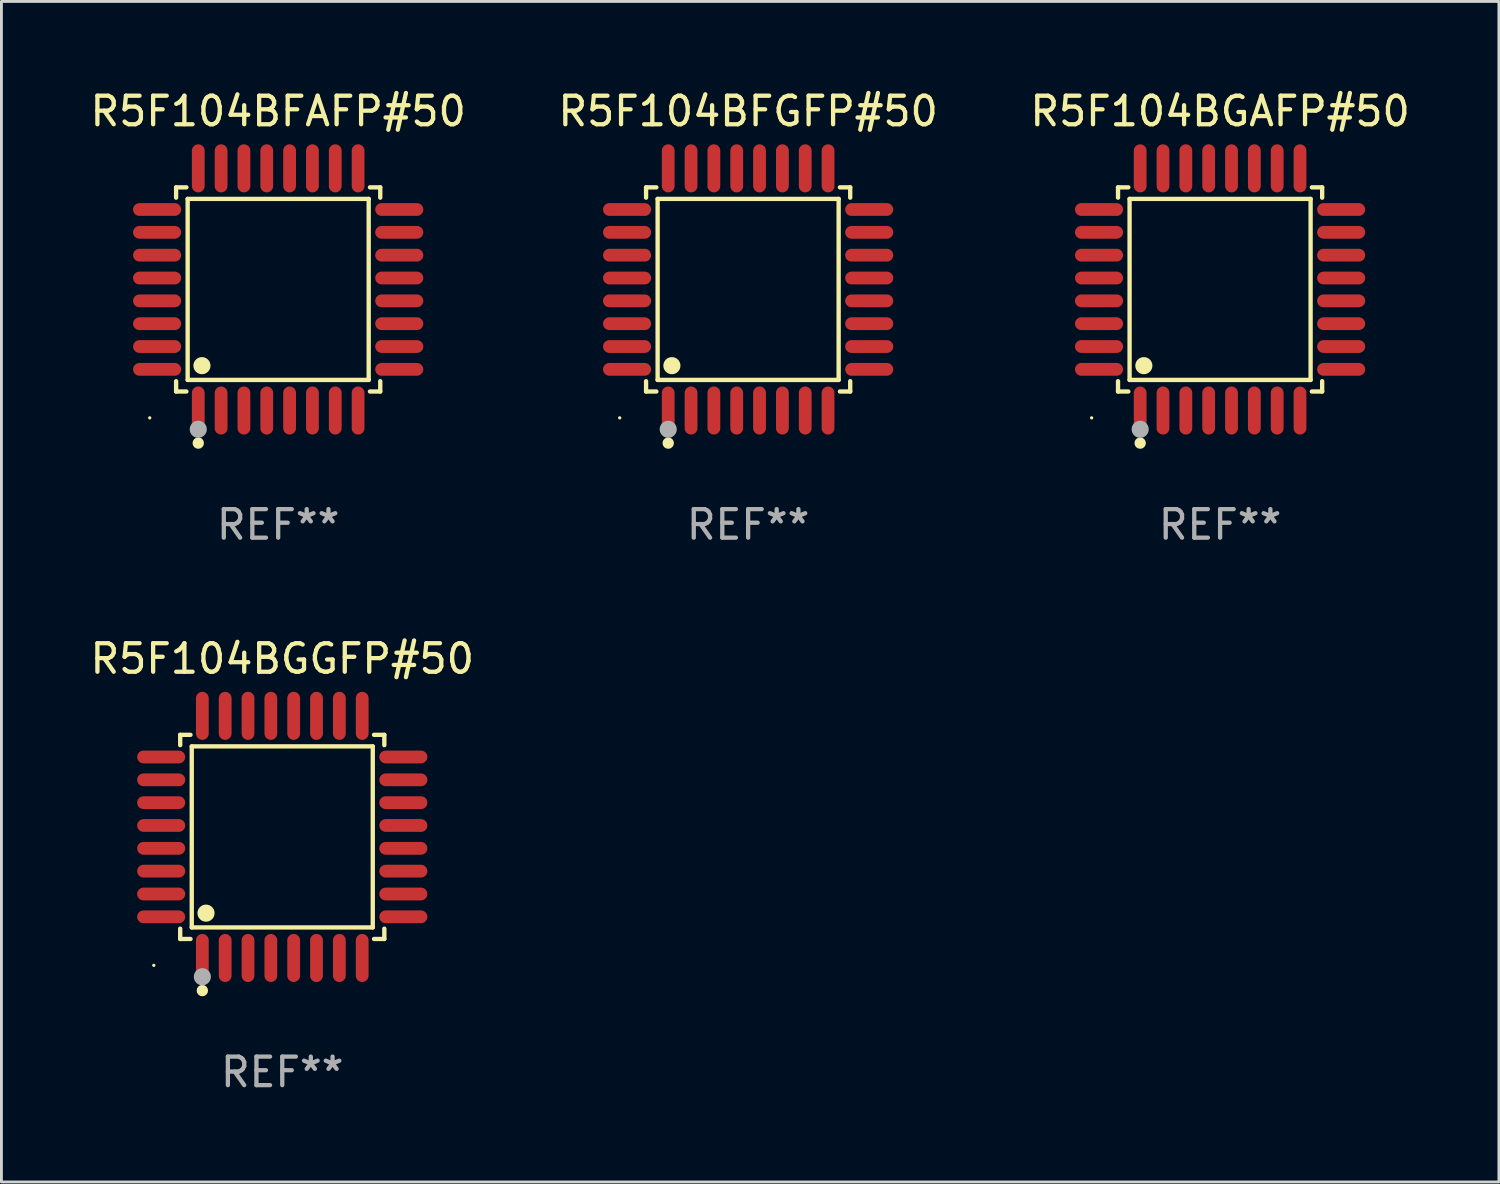
<source format=kicad_pcb>
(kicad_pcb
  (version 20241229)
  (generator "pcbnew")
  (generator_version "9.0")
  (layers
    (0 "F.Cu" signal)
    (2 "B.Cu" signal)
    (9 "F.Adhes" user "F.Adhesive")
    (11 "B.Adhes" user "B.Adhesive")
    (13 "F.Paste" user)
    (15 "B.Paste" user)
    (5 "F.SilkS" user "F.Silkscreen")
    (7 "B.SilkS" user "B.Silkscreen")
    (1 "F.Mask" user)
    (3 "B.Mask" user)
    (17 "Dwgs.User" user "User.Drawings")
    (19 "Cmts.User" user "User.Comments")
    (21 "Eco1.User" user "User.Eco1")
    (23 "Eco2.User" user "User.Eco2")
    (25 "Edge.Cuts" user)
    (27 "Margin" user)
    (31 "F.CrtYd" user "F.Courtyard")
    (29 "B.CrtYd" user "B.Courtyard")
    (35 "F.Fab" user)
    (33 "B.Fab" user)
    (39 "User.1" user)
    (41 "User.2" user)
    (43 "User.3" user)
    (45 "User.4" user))
  (footprint "R5F104BGGFP#50"
    (layer "F.Cu")
    (at 6.839 26.271)
    (property "Reference" "R5F104BGGFP#50" (at 0 -6.242 0) (layer "F.SilkS") (effects (font (size 1 1) (thickness 0.15))))
    (attr through_hole)
    (fp_line (start -3.576 -3.576) (end -3.215 -3.576) (stroke (width 0.152) (type solid)) (layer "F.SilkS"))
    (fp_line (start -3.576 -3.215) (end -3.576 -3.576) (stroke (width 0.152) (type solid)) (layer "F.SilkS"))
    (fp_line (start -3.576 3.215) (end -3.576 3.576) (stroke (width 0.152) (type solid)) (layer "F.SilkS"))
    (fp_line (start -3.576 3.576) (end -3.215 3.576) (stroke (width 0.152) (type solid)) (layer "F.SilkS"))
    (fp_line (start -3.171 -3.171) (end 3.171 -3.171) (stroke (width 0.152) (type solid)) (layer "F.SilkS"))
    (fp_line (start -3.171 3.171) (end -3.171 -3.171) (stroke (width 0.152) (type solid)) (layer "F.SilkS"))
    (fp_line (start 3.171 -3.171) (end 3.171 3.171) (stroke (width 0.152) (type solid)) (layer "F.SilkS"))
    (fp_line (start 3.171 3.171) (end -3.171 3.171) (stroke (width 0.152) (type solid)) (layer "F.SilkS"))
    (fp_line (start 3.576 -3.576) (end 3.215 -3.576) (stroke (width 0.152) (type solid)) (layer "F.SilkS"))
    (fp_line (start 3.576 -3.215) (end 3.576 -3.576) (stroke (width 0.152) (type solid)) (layer "F.SilkS"))
    (fp_line (start 3.576 3.215) (end 3.576 3.576) (stroke (width 0.152) (type solid)) (layer "F.SilkS"))
    (fp_line (start 3.576 3.576) (end 3.215 3.576) (stroke (width 0.152) (type solid)) (layer "F.SilkS"))
    (fp_circle (center -4.5 4.5) (end -4.47 4.5) (stroke (width 0.06) (type solid)) (fill no) (layer "F.SilkS"))
    (fp_circle (center -2.8 5.384) (end -2.7 5.384) (stroke (width 0.2) (type solid)) (fill no) (layer "F.SilkS"))
    (fp_circle (center -2.671 2.671) (end -2.521 2.671) (stroke (width 0.3) (type solid)) (fill no) (layer "F.SilkS"))
    (fp_circle (center -2.8 4.9) (end -2.65 4.9) (stroke (width 0.3) (type solid)) (fill no) (layer "F.Fab"))
    (fp_text user "REF**" (at 0 8.242 0) (layer "F.Fab") (effects (font (size 1 1) (thickness 0.15))))
    (pad "1" smd oval (at -2.8 4.242) (size 0.448 1.684) (layers "F.Cu" "F.Mask" "F.Paste"))
    (pad "2" smd oval (at -2 4.242) (size 0.448 1.684) (layers "F.Cu" "F.Mask" "F.Paste"))
    (pad "3" smd oval (at -1.2 4.242) (size 0.448 1.684) (layers "F.Cu" "F.Mask" "F.Paste"))
    (pad "4" smd oval (at -0.4 4.242) (size 0.448 1.684) (layers "F.Cu" "F.Mask" "F.Paste"))
    (pad "5" smd oval (at 0.4 4.242) (size 0.448 1.684) (layers "F.Cu" "F.Mask" "F.Paste"))
    (pad "6" smd oval (at 1.2 4.242) (size 0.448 1.684) (layers "F.Cu" "F.Mask" "F.Paste"))
    (pad "7" smd oval (at 2 4.242) (size 0.448 1.684) (layers "F.Cu" "F.Mask" "F.Paste"))
    (pad "8" smd oval (at 2.8 4.242) (size 0.448 1.684) (layers "F.Cu" "F.Mask" "F.Paste"))
    (pad "9" smd oval (at 4.242 2.8) (size 1.684 0.448) (layers "F.Cu" "F.Mask" "F.Paste"))
    (pad "10" smd oval (at 4.242 2) (size 1.684 0.448) (layers "F.Cu" "F.Mask" "F.Paste"))
    (pad "11" smd oval (at 4.242 1.2) (size 1.684 0.448) (layers "F.Cu" "F.Mask" "F.Paste"))
    (pad "12" smd oval (at 4.242 0.4) (size 1.684 0.448) (layers "F.Cu" "F.Mask" "F.Paste"))
    (pad "13" smd oval (at 4.242 -0.4) (size 1.684 0.448) (layers "F.Cu" "F.Mask" "F.Paste"))
    (pad "14" smd oval (at 4.242 -1.2) (size 1.684 0.448) (layers "F.Cu" "F.Mask" "F.Paste"))
    (pad "15" smd oval (at 4.242 -2) (size 1.684 0.448) (layers "F.Cu" "F.Mask" "F.Paste"))
    (pad "16" smd oval (at 4.242 -2.8) (size 1.684 0.448) (layers "F.Cu" "F.Mask" "F.Paste"))
    (pad "17" smd oval (at 2.8 -4.242) (size 0.448 1.684) (layers "F.Cu" "F.Mask" "F.Paste"))
    (pad "18" smd oval (at 2 -4.242) (size 0.448 1.684) (layers "F.Cu" "F.Mask" "F.Paste"))
    (pad "19" smd oval (at 1.2 -4.242) (size 0.448 1.684) (layers "F.Cu" "F.Mask" "F.Paste"))
    (pad "20" smd oval (at 0.4 -4.242) (size 0.448 1.684) (layers "F.Cu" "F.Mask" "F.Paste"))
    (pad "21" smd oval (at -0.4 -4.242) (size 0.448 1.684) (layers "F.Cu" "F.Mask" "F.Paste"))
    (pad "22" smd oval (at -1.2 -4.242) (size 0.448 1.684) (layers "F.Cu" "F.Mask" "F.Paste"))
    (pad "23" smd oval (at -2 -4.242) (size 0.448 1.684) (layers "F.Cu" "F.Mask" "F.Paste"))
    (pad "24" smd oval (at -2.8 -4.242) (size 0.448 1.684) (layers "F.Cu" "F.Mask" "F.Paste"))
    (pad "25" smd oval (at -4.242 -2.8) (size 1.684 0.448) (layers "F.Cu" "F.Mask" "F.Paste"))
    (pad "26" smd oval (at -4.242 -2) (size 1.684 0.448) (layers "F.Cu" "F.Mask" "F.Paste"))
    (pad "27" smd oval (at -4.242 -1.2) (size 1.684 0.448) (layers "F.Cu" "F.Mask" "F.Paste"))
    (pad "28" smd oval (at -4.242 -0.4) (size 1.684 0.448) (layers "F.Cu" "F.Mask" "F.Paste"))
    (pad "29" smd oval (at -4.242 0.4) (size 1.684 0.448) (layers "F.Cu" "F.Mask" "F.Paste"))
    (pad "30" smd oval (at -4.242 1.2) (size 1.684 0.448) (layers "F.Cu" "F.Mask" "F.Paste"))
    (pad "31" smd oval (at -4.242 2) (size 1.684 0.448) (layers "F.Cu" "F.Mask" "F.Paste"))
    (pad "32" smd oval (at -4.242 2.8) (size 1.684 0.448) (layers "F.Cu" "F.Mask" "F.Paste")))
  (footprint "R5F104BFAFP#50"
    (layer "F.Cu")
    (at 6.696 7.09)
    (property "Reference" "R5F104BFAFP#50" (at 0 -6.242 0) (layer "F.SilkS") (effects (font (size 1 1) (thickness 0.15))))
    (attr through_hole)
    (fp_line (start -3.576 -3.576) (end -3.215 -3.576) (stroke (width 0.152) (type solid)) (layer "F.SilkS"))
    (fp_line (start -3.576 -3.215) (end -3.576 -3.576) (stroke (width 0.152) (type solid)) (layer "F.SilkS"))
    (fp_line (start -3.576 3.215) (end -3.576 3.576) (stroke (width 0.152) (type solid)) (layer "F.SilkS"))
    (fp_line (start -3.576 3.576) (end -3.215 3.576) (stroke (width 0.152) (type solid)) (layer "F.SilkS"))
    (fp_line (start -3.171 -3.171) (end 3.171 -3.171) (stroke (width 0.152) (type solid)) (layer "F.SilkS"))
    (fp_line (start -3.171 3.171) (end -3.171 -3.171) (stroke (width 0.152) (type solid)) (layer "F.SilkS"))
    (fp_line (start 3.171 -3.171) (end 3.171 3.171) (stroke (width 0.152) (type solid)) (layer "F.SilkS"))
    (fp_line (start 3.171 3.171) (end -3.171 3.171) (stroke (width 0.152) (type solid)) (layer "F.SilkS"))
    (fp_line (start 3.576 -3.576) (end 3.215 -3.576) (stroke (width 0.152) (type solid)) (layer "F.SilkS"))
    (fp_line (start 3.576 -3.215) (end 3.576 -3.576) (stroke (width 0.152) (type solid)) (layer "F.SilkS"))
    (fp_line (start 3.576 3.215) (end 3.576 3.576) (stroke (width 0.152) (type solid)) (layer "F.SilkS"))
    (fp_line (start 3.576 3.576) (end 3.215 3.576) (stroke (width 0.152) (type solid)) (layer "F.SilkS"))
    (fp_circle (center -4.5 4.5) (end -4.47 4.5) (stroke (width 0.06) (type solid)) (fill no) (layer "F.SilkS"))
    (fp_circle (center -2.8 5.384) (end -2.7 5.384) (stroke (width 0.2) (type solid)) (fill no) (layer "F.SilkS"))
    (fp_circle (center -2.671 2.671) (end -2.521 2.671) (stroke (width 0.3) (type solid)) (fill no) (layer "F.SilkS"))
    (fp_circle (center -2.8 4.9) (end -2.65 4.9) (stroke (width 0.3) (type solid)) (fill no) (layer "F.Fab"))
    (fp_text user "REF**" (at 0 8.242 0) (layer "F.Fab") (effects (font (size 1 1) (thickness 0.15))))
    (pad "1" smd oval (at -2.8 4.242) (size 0.448 1.684) (layers "F.Cu" "F.Mask" "F.Paste"))
    (pad "2" smd oval (at -2 4.242) (size 0.448 1.684) (layers "F.Cu" "F.Mask" "F.Paste"))
    (pad "3" smd oval (at -1.2 4.242) (size 0.448 1.684) (layers "F.Cu" "F.Mask" "F.Paste"))
    (pad "4" smd oval (at -0.4 4.242) (size 0.448 1.684) (layers "F.Cu" "F.Mask" "F.Paste"))
    (pad "5" smd oval (at 0.4 4.242) (size 0.448 1.684) (layers "F.Cu" "F.Mask" "F.Paste"))
    (pad "6" smd oval (at 1.2 4.242) (size 0.448 1.684) (layers "F.Cu" "F.Mask" "F.Paste"))
    (pad "7" smd oval (at 2 4.242) (size 0.448 1.684) (layers "F.Cu" "F.Mask" "F.Paste"))
    (pad "8" smd oval (at 2.8 4.242) (size 0.448 1.684) (layers "F.Cu" "F.Mask" "F.Paste"))
    (pad "9" smd oval (at 4.242 2.8) (size 1.684 0.448) (layers "F.Cu" "F.Mask" "F.Paste"))
    (pad "10" smd oval (at 4.242 2) (size 1.684 0.448) (layers "F.Cu" "F.Mask" "F.Paste"))
    (pad "11" smd oval (at 4.242 1.2) (size 1.684 0.448) (layers "F.Cu" "F.Mask" "F.Paste"))
    (pad "12" smd oval (at 4.242 0.4) (size 1.684 0.448) (layers "F.Cu" "F.Mask" "F.Paste"))
    (pad "13" smd oval (at 4.242 -0.4) (size 1.684 0.448) (layers "F.Cu" "F.Mask" "F.Paste"))
    (pad "14" smd oval (at 4.242 -1.2) (size 1.684 0.448) (layers "F.Cu" "F.Mask" "F.Paste"))
    (pad "15" smd oval (at 4.242 -2) (size 1.684 0.448) (layers "F.Cu" "F.Mask" "F.Paste"))
    (pad "16" smd oval (at 4.242 -2.8) (size 1.684 0.448) (layers "F.Cu" "F.Mask" "F.Paste"))
    (pad "17" smd oval (at 2.8 -4.242) (size 0.448 1.684) (layers "F.Cu" "F.Mask" "F.Paste"))
    (pad "18" smd oval (at 2 -4.242) (size 0.448 1.684) (layers "F.Cu" "F.Mask" "F.Paste"))
    (pad "19" smd oval (at 1.2 -4.242) (size 0.448 1.684) (layers "F.Cu" "F.Mask" "F.Paste"))
    (pad "20" smd oval (at 0.4 -4.242) (size 0.448 1.684) (layers "F.Cu" "F.Mask" "F.Paste"))
    (pad "21" smd oval (at -0.4 -4.242) (size 0.448 1.684) (layers "F.Cu" "F.Mask" "F.Paste"))
    (pad "22" smd oval (at -1.2 -4.242) (size 0.448 1.684) (layers "F.Cu" "F.Mask" "F.Paste"))
    (pad "23" smd oval (at -2 -4.242) (size 0.448 1.684) (layers "F.Cu" "F.Mask" "F.Paste"))
    (pad "24" smd oval (at -2.8 -4.242) (size 0.448 1.684) (layers "F.Cu" "F.Mask" "F.Paste"))
    (pad "25" smd oval (at -4.242 -2.8) (size 1.684 0.448) (layers "F.Cu" "F.Mask" "F.Paste"))
    (pad "26" smd oval (at -4.242 -2) (size 1.684 0.448) (layers "F.Cu" "F.Mask" "F.Paste"))
    (pad "27" smd oval (at -4.242 -1.2) (size 1.684 0.448) (layers "F.Cu" "F.Mask" "F.Paste"))
    (pad "28" smd oval (at -4.242 -0.4) (size 1.684 0.448) (layers "F.Cu" "F.Mask" "F.Paste"))
    (pad "29" smd oval (at -4.242 0.4) (size 1.684 0.448) (layers "F.Cu" "F.Mask" "F.Paste"))
    (pad "30" smd oval (at -4.242 1.2) (size 1.684 0.448) (layers "F.Cu" "F.Mask" "F.Paste"))
    (pad "31" smd oval (at -4.242 2) (size 1.684 0.448) (layers "F.Cu" "F.Mask" "F.Paste"))
    (pad "32" smd oval (at -4.242 2.8) (size 1.684 0.448) (layers "F.Cu" "F.Mask" "F.Paste")))
  (footprint "R5F104BFGFP#50"
    (layer "F.Cu")
    (at 23.161 7.09)
    (property "Reference" "R5F104BFGFP#50" (at 0 -6.242 0) (layer "F.SilkS") (effects (font (size 1 1) (thickness 0.15))))
    (attr through_hole)
    (fp_line (start -3.576 -3.576) (end -3.215 -3.576) (stroke (width 0.152) (type solid)) (layer "F.SilkS"))
    (fp_line (start -3.576 -3.215) (end -3.576 -3.576) (stroke (width 0.152) (type solid)) (layer "F.SilkS"))
    (fp_line (start -3.576 3.215) (end -3.576 3.576) (stroke (width 0.152) (type solid)) (layer "F.SilkS"))
    (fp_line (start -3.576 3.576) (end -3.215 3.576) (stroke (width 0.152) (type solid)) (layer "F.SilkS"))
    (fp_line (start -3.171 -3.171) (end 3.171 -3.171) (stroke (width 0.152) (type solid)) (layer "F.SilkS"))
    (fp_line (start -3.171 3.171) (end -3.171 -3.171) (stroke (width 0.152) (type solid)) (layer "F.SilkS"))
    (fp_line (start 3.171 -3.171) (end 3.171 3.171) (stroke (width 0.152) (type solid)) (layer "F.SilkS"))
    (fp_line (start 3.171 3.171) (end -3.171 3.171) (stroke (width 0.152) (type solid)) (layer "F.SilkS"))
    (fp_line (start 3.576 -3.576) (end 3.215 -3.576) (stroke (width 0.152) (type solid)) (layer "F.SilkS"))
    (fp_line (start 3.576 -3.215) (end 3.576 -3.576) (stroke (width 0.152) (type solid)) (layer "F.SilkS"))
    (fp_line (start 3.576 3.215) (end 3.576 3.576) (stroke (width 0.152) (type solid)) (layer "F.SilkS"))
    (fp_line (start 3.576 3.576) (end 3.215 3.576) (stroke (width 0.152) (type solid)) (layer "F.SilkS"))
    (fp_circle (center -4.5 4.5) (end -4.47 4.5) (stroke (width 0.06) (type solid)) (fill no) (layer "F.SilkS"))
    (fp_circle (center -2.8 5.384) (end -2.7 5.384) (stroke (width 0.2) (type solid)) (fill no) (layer "F.SilkS"))
    (fp_circle (center -2.671 2.671) (end -2.521 2.671) (stroke (width 0.3) (type solid)) (fill no) (layer "F.SilkS"))
    (fp_circle (center -2.8 4.9) (end -2.65 4.9) (stroke (width 0.3) (type solid)) (fill no) (layer "F.Fab"))
    (fp_text user "REF**" (at 0 8.242 0) (layer "F.Fab") (effects (font (size 1 1) (thickness 0.15))))
    (pad "1" smd oval (at -2.8 4.242) (size 0.448 1.684) (layers "F.Cu" "F.Mask" "F.Paste"))
    (pad "2" smd oval (at -2 4.242) (size 0.448 1.684) (layers "F.Cu" "F.Mask" "F.Paste"))
    (pad "3" smd oval (at -1.2 4.242) (size 0.448 1.684) (layers "F.Cu" "F.Mask" "F.Paste"))
    (pad "4" smd oval (at -0.4 4.242) (size 0.448 1.684) (layers "F.Cu" "F.Mask" "F.Paste"))
    (pad "5" smd oval (at 0.4 4.242) (size 0.448 1.684) (layers "F.Cu" "F.Mask" "F.Paste"))
    (pad "6" smd oval (at 1.2 4.242) (size 0.448 1.684) (layers "F.Cu" "F.Mask" "F.Paste"))
    (pad "7" smd oval (at 2 4.242) (size 0.448 1.684) (layers "F.Cu" "F.Mask" "F.Paste"))
    (pad "8" smd oval (at 2.8 4.242) (size 0.448 1.684) (layers "F.Cu" "F.Mask" "F.Paste"))
    (pad "9" smd oval (at 4.242 2.8) (size 1.684 0.448) (layers "F.Cu" "F.Mask" "F.Paste"))
    (pad "10" smd oval (at 4.242 2) (size 1.684 0.448) (layers "F.Cu" "F.Mask" "F.Paste"))
    (pad "11" smd oval (at 4.242 1.2) (size 1.684 0.448) (layers "F.Cu" "F.Mask" "F.Paste"))
    (pad "12" smd oval (at 4.242 0.4) (size 1.684 0.448) (layers "F.Cu" "F.Mask" "F.Paste"))
    (pad "13" smd oval (at 4.242 -0.4) (size 1.684 0.448) (layers "F.Cu" "F.Mask" "F.Paste"))
    (pad "14" smd oval (at 4.242 -1.2) (size 1.684 0.448) (layers "F.Cu" "F.Mask" "F.Paste"))
    (pad "15" smd oval (at 4.242 -2) (size 1.684 0.448) (layers "F.Cu" "F.Mask" "F.Paste"))
    (pad "16" smd oval (at 4.242 -2.8) (size 1.684 0.448) (layers "F.Cu" "F.Mask" "F.Paste"))
    (pad "17" smd oval (at 2.8 -4.242) (size 0.448 1.684) (layers "F.Cu" "F.Mask" "F.Paste"))
    (pad "18" smd oval (at 2 -4.242) (size 0.448 1.684) (layers "F.Cu" "F.Mask" "F.Paste"))
    (pad "19" smd oval (at 1.2 -4.242) (size 0.448 1.684) (layers "F.Cu" "F.Mask" "F.Paste"))
    (pad "20" smd oval (at 0.4 -4.242) (size 0.448 1.684) (layers "F.Cu" "F.Mask" "F.Paste"))
    (pad "21" smd oval (at -0.4 -4.242) (size 0.448 1.684) (layers "F.Cu" "F.Mask" "F.Paste"))
    (pad "22" smd oval (at -1.2 -4.242) (size 0.448 1.684) (layers "F.Cu" "F.Mask" "F.Paste"))
    (pad "23" smd oval (at -2 -4.242) (size 0.448 1.684) (layers "F.Cu" "F.Mask" "F.Paste"))
    (pad "24" smd oval (at -2.8 -4.242) (size 0.448 1.684) (layers "F.Cu" "F.Mask" "F.Paste"))
    (pad "25" smd oval (at -4.242 -2.8) (size 1.684 0.448) (layers "F.Cu" "F.Mask" "F.Paste"))
    (pad "26" smd oval (at -4.242 -2) (size 1.684 0.448) (layers "F.Cu" "F.Mask" "F.Paste"))
    (pad "27" smd oval (at -4.242 -1.2) (size 1.684 0.448) (layers "F.Cu" "F.Mask" "F.Paste"))
    (pad "28" smd oval (at -4.242 -0.4) (size 1.684 0.448) (layers "F.Cu" "F.Mask" "F.Paste"))
    (pad "29" smd oval (at -4.242 0.4) (size 1.684 0.448) (layers "F.Cu" "F.Mask" "F.Paste"))
    (pad "30" smd oval (at -4.242 1.2) (size 1.684 0.448) (layers "F.Cu" "F.Mask" "F.Paste"))
    (pad "31" smd oval (at -4.242 2) (size 1.684 0.448) (layers "F.Cu" "F.Mask" "F.Paste"))
    (pad "32" smd oval (at -4.242 2.8) (size 1.684 0.448) (layers "F.Cu" "F.Mask" "F.Paste")))
  (footprint "R5F104BGAFP#50"
    (layer "F.Cu")
    (at 39.696 7.09)
    (property "Reference" "R5F104BGAFP#50" (at 0 -6.242 0) (layer "F.SilkS") (effects (font (size 1 1) (thickness 0.15))))
    (attr through_hole)
    (fp_line (start -3.576 -3.576) (end -3.215 -3.576) (stroke (width 0.152) (type solid)) (layer "F.SilkS"))
    (fp_line (start -3.576 -3.215) (end -3.576 -3.576) (stroke (width 0.152) (type solid)) (layer "F.SilkS"))
    (fp_line (start -3.576 3.215) (end -3.576 3.576) (stroke (width 0.152) (type solid)) (layer "F.SilkS"))
    (fp_line (start -3.576 3.576) (end -3.215 3.576) (stroke (width 0.152) (type solid)) (layer "F.SilkS"))
    (fp_line (start -3.171 -3.171) (end 3.171 -3.171) (stroke (width 0.152) (type solid)) (layer "F.SilkS"))
    (fp_line (start -3.171 3.171) (end -3.171 -3.171) (stroke (width 0.152) (type solid)) (layer "F.SilkS"))
    (fp_line (start 3.171 -3.171) (end 3.171 3.171) (stroke (width 0.152) (type solid)) (layer "F.SilkS"))
    (fp_line (start 3.171 3.171) (end -3.171 3.171) (stroke (width 0.152) (type solid)) (layer "F.SilkS"))
    (fp_line (start 3.576 -3.576) (end 3.215 -3.576) (stroke (width 0.152) (type solid)) (layer "F.SilkS"))
    (fp_line (start 3.576 -3.215) (end 3.576 -3.576) (stroke (width 0.152) (type solid)) (layer "F.SilkS"))
    (fp_line (start 3.576 3.215) (end 3.576 3.576) (stroke (width 0.152) (type solid)) (layer "F.SilkS"))
    (fp_line (start 3.576 3.576) (end 3.215 3.576) (stroke (width 0.152) (type solid)) (layer "F.SilkS"))
    (fp_circle (center -4.5 4.5) (end -4.47 4.5) (stroke (width 0.06) (type solid)) (fill no) (layer "F.SilkS"))
    (fp_circle (center -2.8 5.384) (end -2.7 5.384) (stroke (width 0.2) (type solid)) (fill no) (layer "F.SilkS"))
    (fp_circle (center -2.671 2.671) (end -2.521 2.671) (stroke (width 0.3) (type solid)) (fill no) (layer "F.SilkS"))
    (fp_circle (center -2.8 4.9) (end -2.65 4.9) (stroke (width 0.3) (type solid)) (fill no) (layer "F.Fab"))
    (fp_text user "REF**" (at 0 8.242 0) (layer "F.Fab") (effects (font (size 1 1) (thickness 0.15))))
    (pad "1" smd oval (at -2.8 4.242) (size 0.448 1.684) (layers "F.Cu" "F.Mask" "F.Paste"))
    (pad "2" smd oval (at -2 4.242) (size 0.448 1.684) (layers "F.Cu" "F.Mask" "F.Paste"))
    (pad "3" smd oval (at -1.2 4.242) (size 0.448 1.684) (layers "F.Cu" "F.Mask" "F.Paste"))
    (pad "4" smd oval (at -0.4 4.242) (size 0.448 1.684) (layers "F.Cu" "F.Mask" "F.Paste"))
    (pad "5" smd oval (at 0.4 4.242) (size 0.448 1.684) (layers "F.Cu" "F.Mask" "F.Paste"))
    (pad "6" smd oval (at 1.2 4.242) (size 0.448 1.684) (layers "F.Cu" "F.Mask" "F.Paste"))
    (pad "7" smd oval (at 2 4.242) (size 0.448 1.684) (layers "F.Cu" "F.Mask" "F.Paste"))
    (pad "8" smd oval (at 2.8 4.242) (size 0.448 1.684) (layers "F.Cu" "F.Mask" "F.Paste"))
    (pad "9" smd oval (at 4.242 2.8) (size 1.684 0.448) (layers "F.Cu" "F.Mask" "F.Paste"))
    (pad "10" smd oval (at 4.242 2) (size 1.684 0.448) (layers "F.Cu" "F.Mask" "F.Paste"))
    (pad "11" smd oval (at 4.242 1.2) (size 1.684 0.448) (layers "F.Cu" "F.Mask" "F.Paste"))
    (pad "12" smd oval (at 4.242 0.4) (size 1.684 0.448) (layers "F.Cu" "F.Mask" "F.Paste"))
    (pad "13" smd oval (at 4.242 -0.4) (size 1.684 0.448) (layers "F.Cu" "F.Mask" "F.Paste"))
    (pad "14" smd oval (at 4.242 -1.2) (size 1.684 0.448) (layers "F.Cu" "F.Mask" "F.Paste"))
    (pad "15" smd oval (at 4.242 -2) (size 1.684 0.448) (layers "F.Cu" "F.Mask" "F.Paste"))
    (pad "16" smd oval (at 4.242 -2.8) (size 1.684 0.448) (layers "F.Cu" "F.Mask" "F.Paste"))
    (pad "17" smd oval (at 2.8 -4.242) (size 0.448 1.684) (layers "F.Cu" "F.Mask" "F.Paste"))
    (pad "18" smd oval (at 2 -4.242) (size 0.448 1.684) (layers "F.Cu" "F.Mask" "F.Paste"))
    (pad "19" smd oval (at 1.2 -4.242) (size 0.448 1.684) (layers "F.Cu" "F.Mask" "F.Paste"))
    (pad "20" smd oval (at 0.4 -4.242) (size 0.448 1.684) (layers "F.Cu" "F.Mask" "F.Paste"))
    (pad "21" smd oval (at -0.4 -4.242) (size 0.448 1.684) (layers "F.Cu" "F.Mask" "F.Paste"))
    (pad "22" smd oval (at -1.2 -4.242) (size 0.448 1.684) (layers "F.Cu" "F.Mask" "F.Paste"))
    (pad "23" smd oval (at -2 -4.242) (size 0.448 1.684) (layers "F.Cu" "F.Mask" "F.Paste"))
    (pad "24" smd oval (at -2.8 -4.242) (size 0.448 1.684) (layers "F.Cu" "F.Mask" "F.Paste"))
    (pad "25" smd oval (at -4.242 -2.8) (size 1.684 0.448) (layers "F.Cu" "F.Mask" "F.Paste"))
    (pad "26" smd oval (at -4.242 -2) (size 1.684 0.448) (layers "F.Cu" "F.Mask" "F.Paste"))
    (pad "27" smd oval (at -4.242 -1.2) (size 1.684 0.448) (layers "F.Cu" "F.Mask" "F.Paste"))
    (pad "28" smd oval (at -4.242 -0.4) (size 1.684 0.448) (layers "F.Cu" "F.Mask" "F.Paste"))
    (pad "29" smd oval (at -4.242 0.4) (size 1.684 0.448) (layers "F.Cu" "F.Mask" "F.Paste"))
    (pad "30" smd oval (at -4.242 1.2) (size 1.684 0.448) (layers "F.Cu" "F.Mask" "F.Paste"))
    (pad "31" smd oval (at -4.242 2) (size 1.684 0.448) (layers "F.Cu" "F.Mask" "F.Paste"))
    (pad "32" smd oval (at -4.242 2.8) (size 1.684 0.448) (layers "F.Cu" "F.Mask" "F.Paste")))
  (gr_rect
    (start -3 -3)
    (end 49.464 38.361)
    (stroke (width 0.1) (type default))
    (fill no)
    (layer "Edge.Cuts")))
</source>
